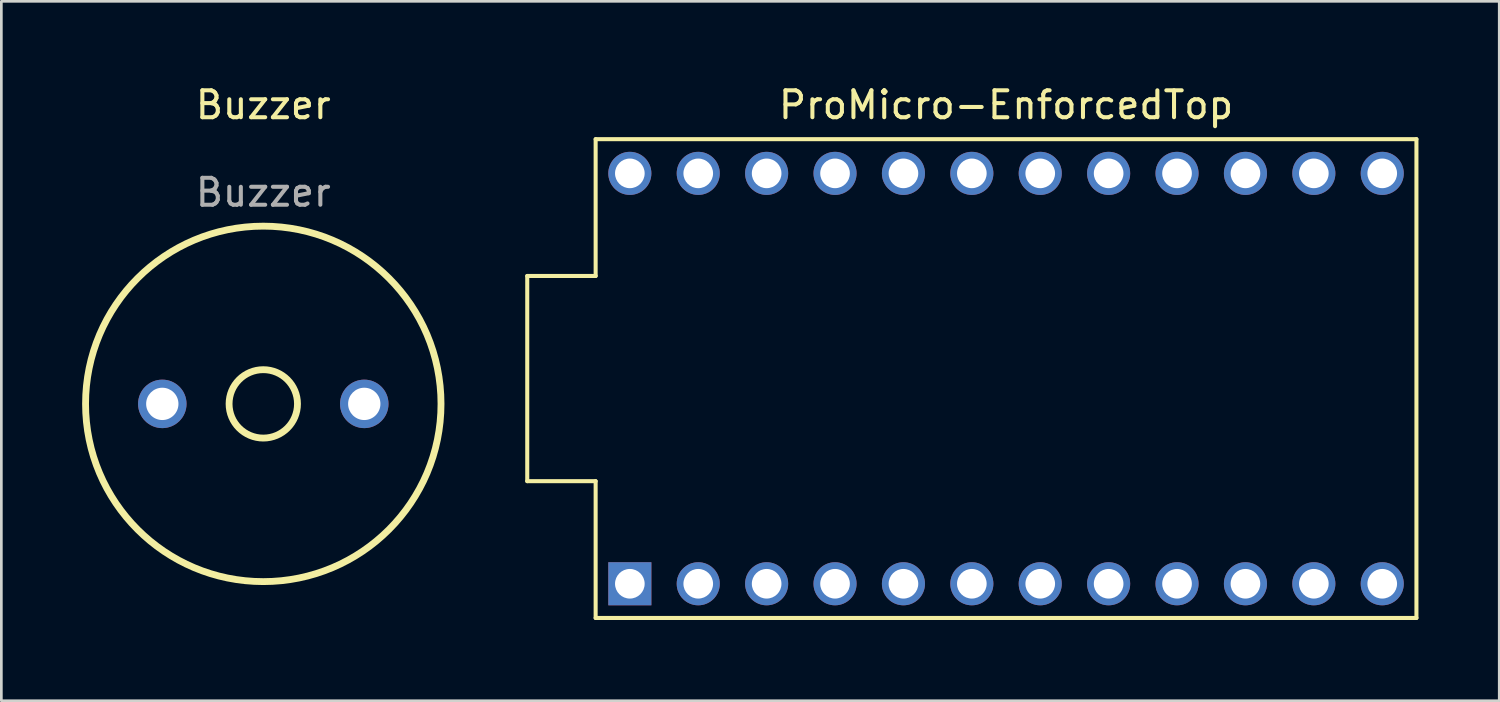
<source format=kicad_pcb>
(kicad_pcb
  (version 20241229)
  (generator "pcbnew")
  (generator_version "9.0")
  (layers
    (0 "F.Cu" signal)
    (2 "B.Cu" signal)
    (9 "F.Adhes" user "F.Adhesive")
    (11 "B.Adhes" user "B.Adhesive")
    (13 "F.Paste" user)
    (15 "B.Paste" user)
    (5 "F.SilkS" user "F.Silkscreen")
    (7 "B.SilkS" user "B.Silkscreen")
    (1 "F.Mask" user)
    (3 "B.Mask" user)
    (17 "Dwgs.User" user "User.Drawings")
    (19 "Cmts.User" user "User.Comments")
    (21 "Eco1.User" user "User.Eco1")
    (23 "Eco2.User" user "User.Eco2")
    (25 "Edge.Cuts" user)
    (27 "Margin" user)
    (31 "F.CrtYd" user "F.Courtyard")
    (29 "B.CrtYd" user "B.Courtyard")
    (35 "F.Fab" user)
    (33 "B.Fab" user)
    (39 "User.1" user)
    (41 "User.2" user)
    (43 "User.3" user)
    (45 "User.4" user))
  (footprint "Buzzer"
    (layer "F.Cu")
    (at 6.727 11.848)
    (property "Reference" "Buzzer" (at 0 -11 0) (unlocked yes) (layer "F.SilkS") (effects (font (size 1 1) (thickness 0.15))))
    (attr through_hole)
    (fp_circle (center 0 0.1) (end 1.27 0.1) (stroke (width 0.254) (type solid)) (fill no) (layer "F.SilkS"))
    (fp_circle (center 0 0.1) (end 6.6 0.1) (stroke (width 0.254) (type solid)) (fill no) (layer "F.SilkS"))
    (fp_text user "${REFERENCE}" (at 0 -7.75 0) (unlocked yes) (layer "F.Fab") (effects (font (size 1 1) (thickness 0.15))))
    (pad "1" thru_hole circle (at -3.75 0.1) (size 1.8 1.8) (drill 1.2) (layers "*.Cu" "*.Paste" "*.Mask"))
    (pad "2" thru_hole circle (at 3.75 0.1) (size 1.8 1.8) (drill 1.2) (layers "*.Cu" "*.Paste" "*.Mask")))
  (footprint "ProMicro-EnforcedTop"
    (layer "F.Cu")
    (at 34.309 11.008)
    (property "Reference" "ProMicro-EnforcedTop" (at 0 -10.16 0) (layer "F.SilkS") (effects (font (size 1 1) (thickness 0.15))))
    (attr through_hole)
    (fp_line (start -17.78 -3.81) (end -15.24 -3.81) (stroke (width 0.15) (type solid)) (layer "F.SilkS"))
    (fp_line (start -17.78 3.81) (end -17.78 -3.81) (stroke (width 0.15) (type solid)) (layer "F.SilkS"))
    (fp_line (start -15.24 -8.89) (end 15.24 -8.89) (stroke (width 0.15) (type solid)) (layer "F.SilkS"))
    (fp_line (start -15.24 -3.81) (end -15.24 -8.89) (stroke (width 0.15) (type solid)) (layer "F.SilkS"))
    (fp_line (start -15.24 3.81) (end -17.78 3.81) (stroke (width 0.15) (type solid)) (layer "F.SilkS"))
    (fp_line (start -15.24 8.89) (end -15.24 3.81) (stroke (width 0.15) (type solid)) (layer "F.SilkS"))
    (fp_line (start -15.24 8.89) (end 15.24 8.89) (stroke (width 0.15) (type solid)) (layer "F.SilkS"))
    (fp_line (start 15.24 -8.89) (end 15.24 8.89) (stroke (width 0.15) (type solid)) (layer "F.SilkS"))
    (pad "1" thru_hole rect (at -13.97 7.62) (size 1.6 1.6) (drill 1.1) (layers "*.Cu" "B.Mask"))
    (pad "2" thru_hole circle (at -11.43 7.62) (size 1.6 1.6) (drill 1.1) (layers "*.Cu" "B.Mask"))
    (pad "3" thru_hole circle (at -8.89 7.62) (size 1.6 1.6) (drill 1.1) (layers "*.Cu" "B.Mask"))
    (pad "4" thru_hole circle (at -6.35 7.62) (size 1.6 1.6) (drill 1.1) (layers "*.Cu" "B.Mask"))
    (pad "5" thru_hole circle (at -3.81 7.62) (size 1.6 1.6) (drill 1.1) (layers "*.Cu" "B.Mask"))
    (pad "6" thru_hole circle (at -1.27 7.62) (size 1.6 1.6) (drill 1.1) (layers "*.Cu" "B.Mask"))
    (pad "7" thru_hole circle (at 1.27 7.62) (size 1.6 1.6) (drill 1.1) (layers "*.Cu" "B.Mask"))
    (pad "8" thru_hole circle (at 3.81 7.62) (size 1.6 1.6) (drill 1.1) (layers "*.Cu" "B.Mask"))
    (pad "9" thru_hole circle (at 6.35 7.62) (size 1.6 1.6) (drill 1.1) (layers "*.Cu" "B.Mask"))
    (pad "10" thru_hole circle (at 8.89 7.62) (size 1.6 1.6) (drill 1.1) (layers "*.Cu" "B.Mask"))
    (pad "11" thru_hole circle (at 11.43 7.62) (size 1.6 1.6) (drill 1.1) (layers "*.Cu" "B.Mask"))
    (pad "12" thru_hole circle (at 13.97 7.62) (size 1.6 1.6) (drill 1.1) (layers "*.Cu" "B.Mask"))
    (pad "13" thru_hole circle (at 13.97 -7.62) (size 1.6 1.6) (drill 1.1) (layers "*.Cu" "B.Mask"))
    (pad "14" thru_hole circle (at 11.43 -7.62) (size 1.6 1.6) (drill 1.1) (layers "*.Cu" "B.Mask"))
    (pad "15" thru_hole circle (at 8.89 -7.62) (size 1.6 1.6) (drill 1.1) (layers "*.Cu" "B.Mask"))
    (pad "16" thru_hole circle (at 6.35 -7.62) (size 1.6 1.6) (drill 1.1) (layers "*.Cu" "B.Mask"))
    (pad "17" thru_hole circle (at 3.81 -7.62) (size 1.6 1.6) (drill 1.1) (layers "*.Cu" "B.Mask"))
    (pad "18" thru_hole circle (at 1.27 -7.62) (size 1.6 1.6) (drill 1.1) (layers "*.Cu" "B.Mask"))
    (pad "19" thru_hole circle (at -1.27 -7.62) (size 1.6 1.6) (drill 1.1) (layers "*.Cu" "B.Mask"))
    (pad "20" thru_hole circle (at -3.81 -7.62) (size 1.6 1.6) (drill 1.1) (layers "*.Cu" "B.Mask"))
    (pad "21" thru_hole circle (at -6.35 -7.62) (size 1.6 1.6) (drill 1.1) (layers "*.Cu" "B.Mask"))
    (pad "22" thru_hole circle (at -8.89 -7.62) (size 1.6 1.6) (drill 1.1) (layers "*.Cu" "B.Mask"))
    (pad "23" thru_hole circle (at -11.43 -7.62) (size 1.6 1.6) (drill 1.1) (layers "*.Cu" "B.Mask"))
    (pad "24" thru_hole circle (at -13.97 -7.62) (size 1.6 1.6) (drill 1.1) (layers "*.Cu" "B.Mask")))
  (gr_rect
    (start -3 -3)
    (end 52.624 22.973)
    (stroke (width 0.1) (type default))
    (fill no)
    (layer "Edge.Cuts")))
</source>
